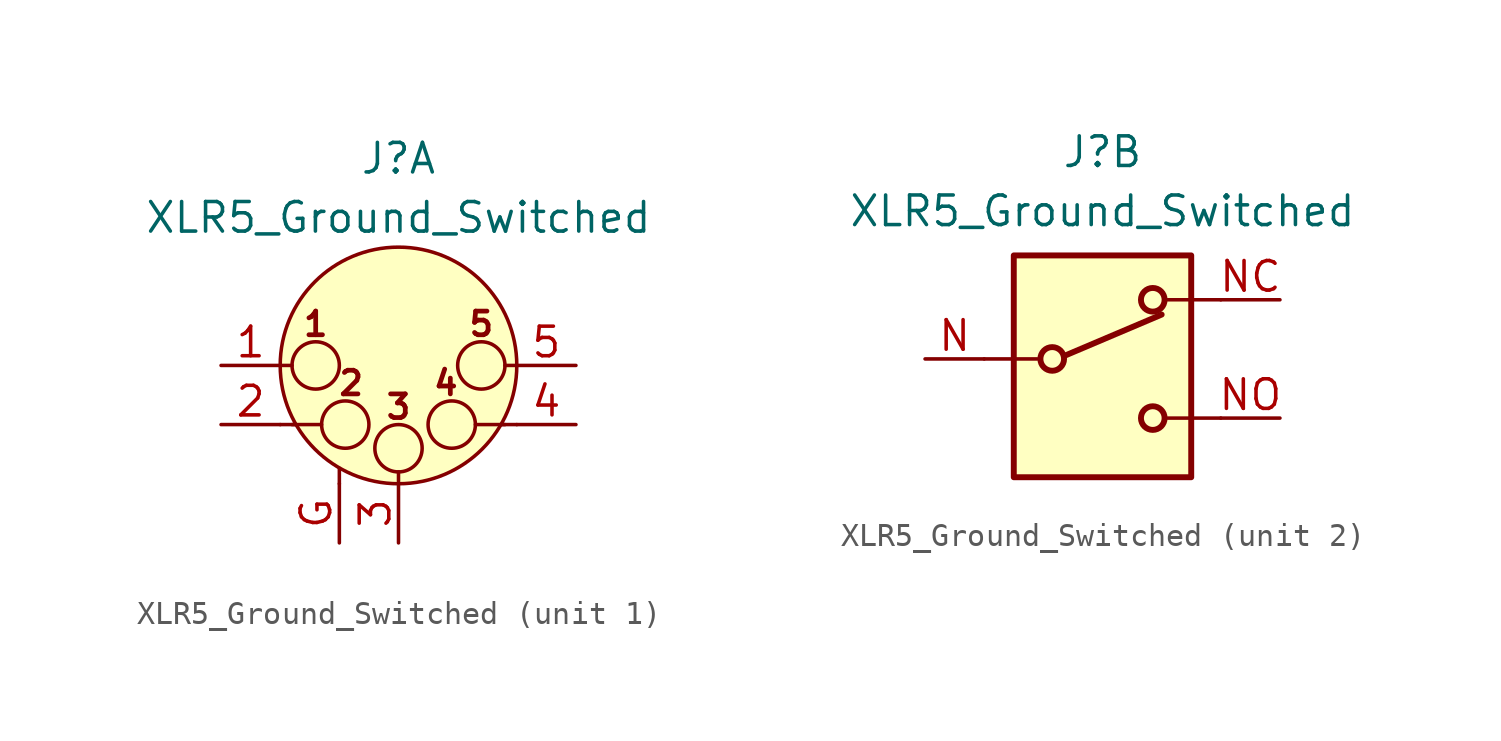
<source format=kicad_sym>
(kicad_symbol_lib
  (version 20231120)
  (generator "kicad_symbol_editor")
  (generator_version "8.0")
  (symbol "XLR5_Ground_Switched"
    (pin_names hide)
    (property "Reference" "J"
      (at 0 8.89 0)
      (effects (font (size 1.27 1.27))))
    (property "Value" "XLR5_Ground_Switched"
      (at 0 6.35 0)
      (effects (font (size 1.27 1.27))))
    (property "ki_locked" ""
      (at 0 0 0)
      (effects (font (size 1.27 1.27))))
    (symbol "XLR5_Ground_Switched_1_1"
      (circle (center -3.556 0) (radius 1.016) (stroke (width 0) (type default)) (fill (type none)))
      (circle (center -2.286 -2.54) (radius 1.016) (stroke (width 0) (type default)) (fill (type none)))
      (circle (center 0 -3.556) (radius 1.016) (stroke (width 0) (type default)) (fill (type none)))
      (polyline (pts (xy -5.08 -2.54) (xy -4.445 -2.54)) (stroke (width 0) (type default)) (fill (type none)))
      (polyline (pts (xy -5.08 0) (xy -4.572 0)) (stroke (width 0) (type default)) (fill (type none)))
      (polyline (pts (xy -4.572 -2.54) (xy -3.302 -2.54)) (stroke (width 0) (type default)) (fill (type none)))
      (polyline (pts (xy -2.54 -5.08) (xy -2.54 -4.445)) (stroke (width 0) (type default)) (fill (type none)))
      (polyline (pts (xy 0 -5.08) (xy 0 -4.572)) (stroke (width 0) (type default)) (fill (type none)))
      (polyline (pts (xy 4.572 -2.54) (xy 3.302 -2.54)) (stroke (width 0) (type default)) (fill (type none)))
      (polyline (pts (xy 5.08 -2.54) (xy 4.445 -2.54)) (stroke (width 0) (type default)) (fill (type none)))
      (polyline (pts (xy 5.08 0) (xy 4.572 0)) (stroke (width 0) (type default)) (fill (type none)))
      (circle (center 0 0) (radius 5.08) (stroke (width 0) (type default)) (fill (type background)))
      (circle (center 2.286 -2.54) (radius 1.016) (stroke (width 0) (type default)) (fill (type none)))
      (circle (center 3.556 0) (radius 1.016) (stroke (width 0) (type default)) (fill (type none)))
      (text "1" (at -3.556 1.778 0) (effects (font (size 1.016 1.016) (bold yes))))
      (text "2" (at -2.032 -0.762 0) (effects (font (size 1.016 1.016) (bold yes))))
      (text "3" (at 0 -1.778 0) (effects (font (size 1.016 1.016) (bold yes))))
      (text "4" (at 2.032 -0.762 0) (effects (font (size 1.016 1.016) (bold yes))))
      (text "5" (at 3.556 1.778 0) (effects (font (size 1.016 1.016) (bold yes))))
      (pin passive line (at -7.62 0 0) (length 2.54) (name "P1" (effects (font (size 1.27 1.27)))) (number "1" (effects (font (size 1.27 1.27)))))
      (pin passive line (at -7.62 -2.54 0) (length 2.54) (name "P2" (effects (font (size 1.27 1.27)))) (number "2" (effects (font (size 1.27 1.27)))))
      (pin passive line (at 0 -7.62 90) (length 2.54) (name "P3" (effects (font (size 1.27 1.27)))) (number "3" (effects (font (size 1.27 1.27)))))
      (pin passive line (at 7.62 -2.54 180) (length 2.54) (name "P3" (effects (font (size 1.27 1.27)))) (number "4" (effects (font (size 1.27 1.27)))))
      (pin passive line (at 7.62 0 180) (length 2.54) (name "P5" (effects (font (size 1.27 1.27)))) (number "5" (effects (font (size 1.27 1.27)))))
      (pin passive line (at -2.54 -7.62 90) (length 2.54) (name "~" (effects (font (size 1.27 1.27)))) (number "G" (effects (font (size 1.27 1.27))))))
    (symbol "XLR5_Ground_Switched_2_1"
      (rectangle (start -3.81 4.445) (end 3.81 -5.08) (stroke (width 0.254) (type default)) (fill (type background)))
      (circle (center -2.159 0) (radius 0.508) (stroke (width 0.254) (type default)) (fill (type none)))
      (polyline (pts (xy -5.08 0) (xy -2.794 0)) (stroke (width 0) (type default)) (fill (type none)))
      (polyline (pts (xy -1.651 0.127) (xy 2.54 1.905)) (stroke (width 0.254) (type default)) (fill (type none)))
      (polyline (pts (xy 5.08 -2.54) (xy 2.794 -2.54)) (stroke (width 0) (type default)) (fill (type none)))
      (polyline (pts (xy 5.08 2.54) (xy 2.794 2.54)) (stroke (width 0) (type default)) (fill (type none)))
      (circle (center 2.159 -2.54) (radius 0.508) (stroke (width 0.254) (type default)) (fill (type none)))
      (circle (center 2.159 2.54) (radius 0.508) (stroke (width 0.254) (type default)) (fill (type none)))
      (pin passive line (at -7.62 0 0) (length 2.54) (name "~" (effects (font (size 1.27 1.27)))) (number "N" (effects (font (size 1.27 1.27)))))
      (pin passive line (at 7.62 2.54 180) (length 2.54) (name "~" (effects (font (size 1.27 1.27)))) (number "NC" (effects (font (size 1.27 1.27)))))
      (pin passive line (at 7.62 -2.54 180) (length 2.54) (name "~" (effects (font (size 1.27 1.27)))) (number "NO" (effects (font (size 1.27 1.27))))))))
</source>
